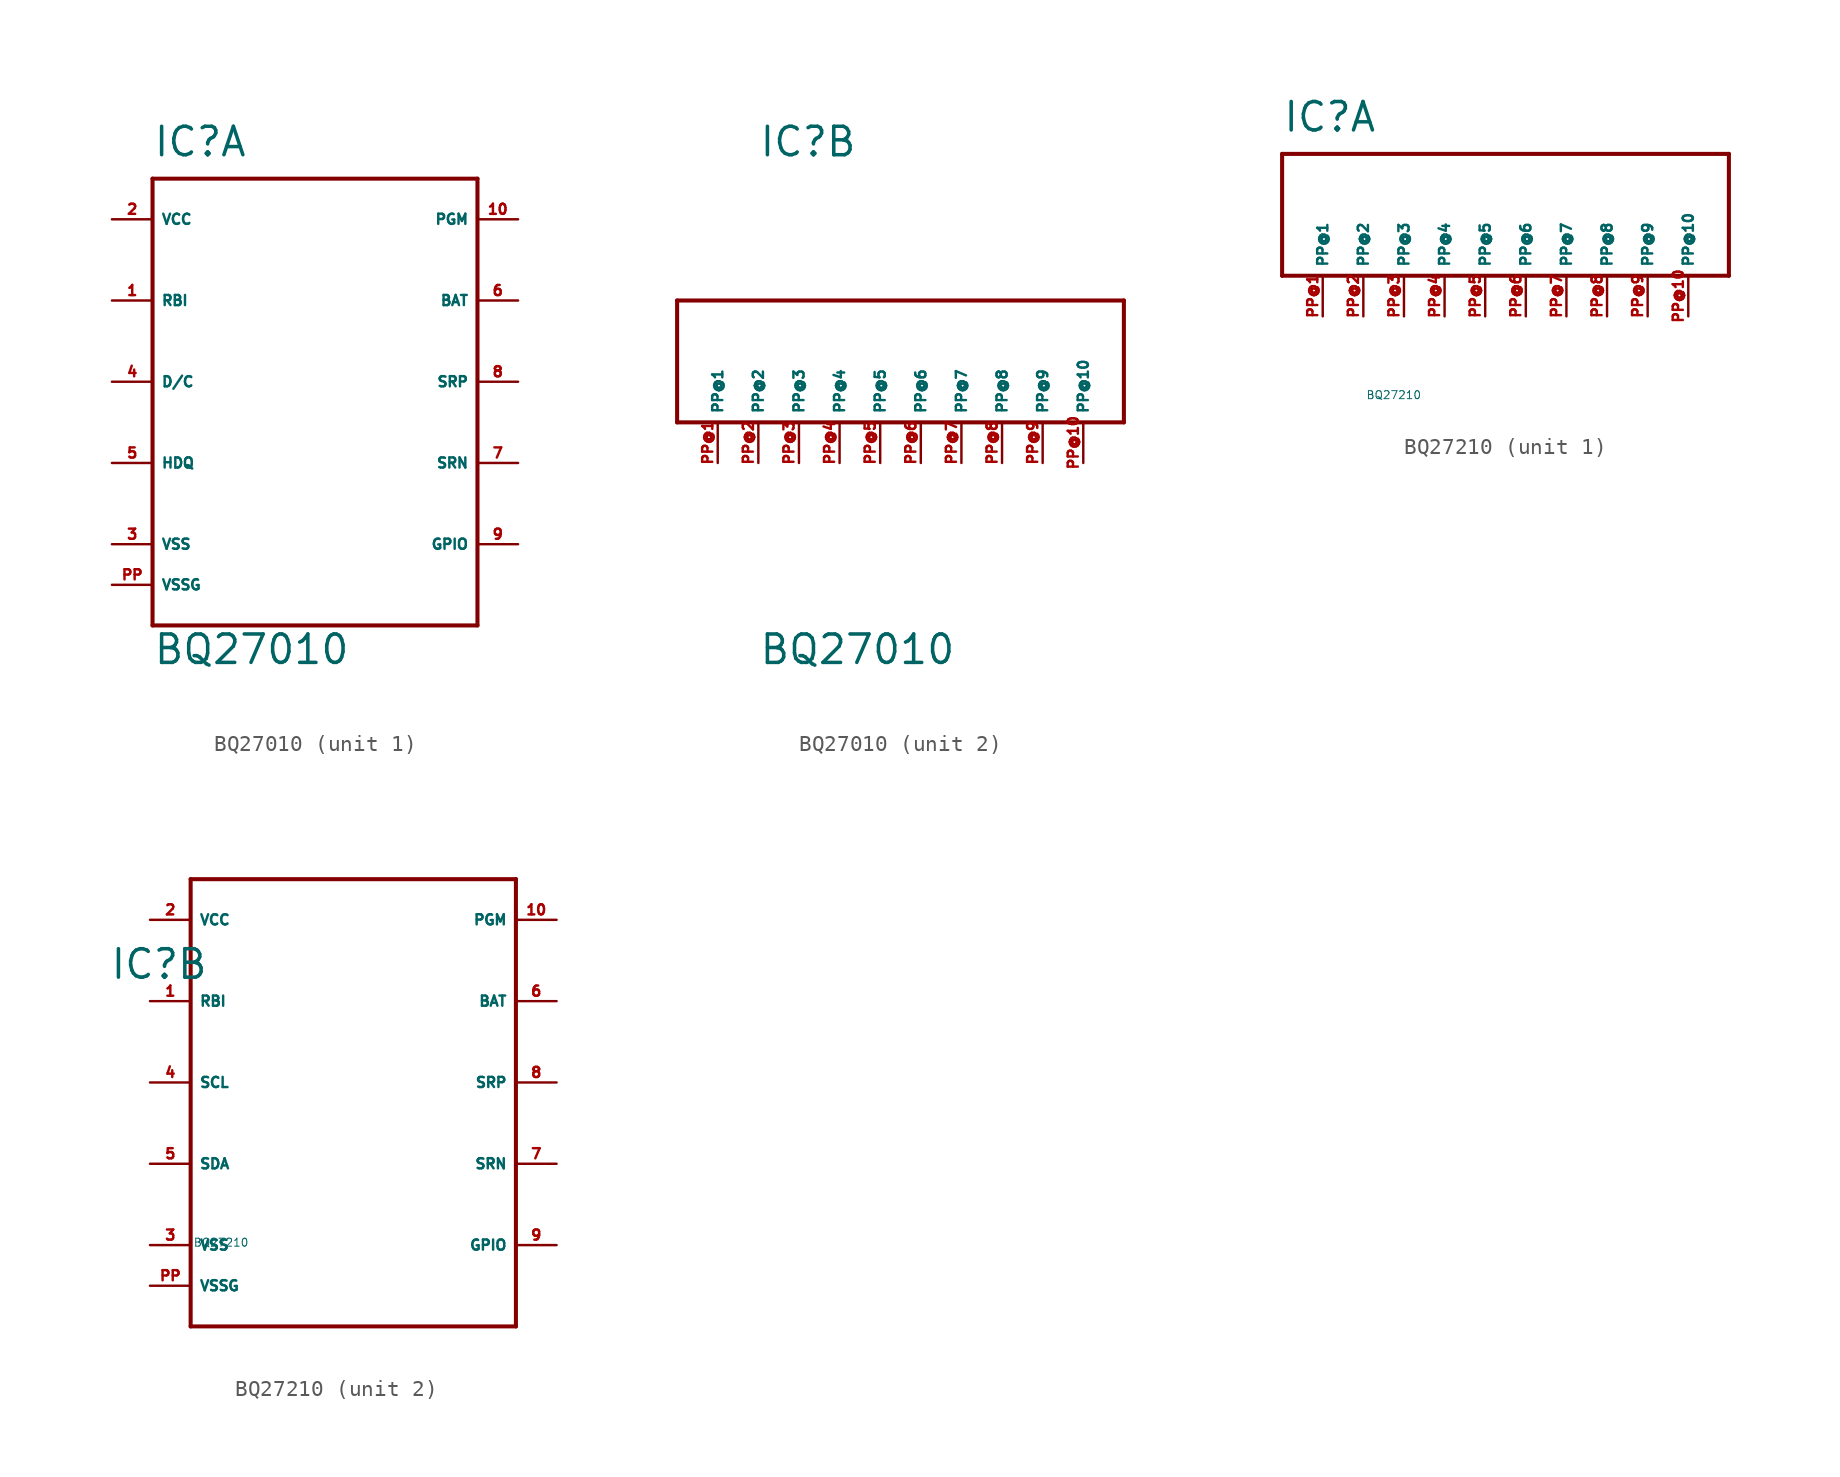
<source format=kicad_sym>
(kicad_symbol_lib
  (version 20220914)
  (generator Eagle2Kicad)
  (symbol "BQ27010"
    (property "Reference" "IC"
      (at -10.16 13.97 0)
      (effects (font (size 1.778 1.778) (thickness 0.22)) (justify left bottom)))
    (property "Value" "BQ27010"
      (at -10.16 -17.78 0)
      (effects (font (size 1.778 1.778) (thickness 0.22)) (justify left bottom)))
    (symbol "BQ27010_1_0"
      (polyline (pts (xy -10.16 12.7) (xy 10.16 12.7)) (stroke (width 0.254) (type default)) (fill (type none)))
      (polyline (pts (xy 10.16 12.7) (xy 10.16 -15.24)) (stroke (width 0.254) (type default)) (fill (type none)))
      (polyline (pts (xy 10.16 -15.24) (xy -10.16 -15.24)) (stroke (width 0.254) (type default)) (fill (type none)))
      (polyline (pts (xy -10.16 -15.24) (xy -10.16 12.7)) (stroke (width 0.254) (type default)) (fill (type none)))
      (pin input line (at -12.7 5.08 0) (length 2.54) (name "RBI" (effects (font (size 0.635 0.635) (thickness 0.08)) (justify left bottom))) (number "1" (effects (font (size 0.635 0.635) (thickness 0.08)) (justify left bottom))))
      (pin unspecified line (at -12.7 10.16 0) (length 2.54) (name "VCC" (effects (font (size 0.635 0.635) (thickness 0.08)) (justify left bottom))) (number "2" (effects (font (size 0.635 0.635) (thickness 0.08)) (justify left bottom))))
      (pin unspecified line (at -12.7 -10.16 0) (length 2.54) (name "VSS" (effects (font (size 0.635 0.635) (thickness 0.08)) (justify left bottom))) (number "3" (effects (font (size 0.635 0.635) (thickness 0.08)) (justify left bottom))))
      (pin input line (at -12.7 0 0) (length 2.54) (name "D/C" (effects (font (size 0.635 0.635) (thickness 0.08)) (justify left bottom))) (number "4" (effects (font (size 0.635 0.635) (thickness 0.08)) (justify left bottom))))
      (pin bidirectional line (at -12.7 -5.08 0) (length 2.54) (name "HDQ" (effects (font (size 0.635 0.635) (thickness 0.08)) (justify left bottom))) (number "5" (effects (font (size 0.635 0.635) (thickness 0.08)) (justify left bottom))))
      (pin input line (at 12.7 5.08 180) (length 2.54) (name "BAT" (effects (font (size 0.635 0.635) (thickness 0.08)) (justify left bottom))) (number "6" (effects (font (size 0.635 0.635) (thickness 0.08)) (justify left bottom))))
      (pin input line (at 12.7 -5.08 180) (length 2.54) (name "SRN" (effects (font (size 0.635 0.635) (thickness 0.08)) (justify left bottom))) (number "7" (effects (font (size 0.635 0.635) (thickness 0.08)) (justify left bottom))))
      (pin input line (at 12.7 0 180) (length 2.54) (name "SRP" (effects (font (size 0.635 0.635) (thickness 0.08)) (justify left bottom))) (number "8" (effects (font (size 0.635 0.635) (thickness 0.08)) (justify left bottom))))
      (pin bidirectional line (at 12.7 -10.16 180) (length 2.54) (name "GPIO" (effects (font (size 0.635 0.635) (thickness 0.08)) (justify left bottom))) (number "9" (effects (font (size 0.635 0.635) (thickness 0.08)) (justify left bottom))))
      (pin input line (at 12.7 10.16 180) (length 2.54) (name "PGM" (effects (font (size 0.635 0.635) (thickness 0.08)) (justify left bottom))) (number "10" (effects (font (size 0.635 0.635) (thickness 0.08)) (justify left bottom))))
      (pin unspecified line (at -12.7 -12.7 0) (length 2.54) (name "VSSG" (effects (font (size 0.635 0.635) (thickness 0.08)) (justify left bottom))) (number "PP" (effects (font (size 0.635 0.635) (thickness 0.08)) (justify left bottom)))))
    (symbol "BQ27010_2_0"
      (polyline (pts (xy -15.24 -2.54) (xy 12.7 -2.54)) (stroke (width 0.254) (type default)) (fill (type none)))
      (polyline (pts (xy 12.7 -2.54) (xy 12.7 5.08)) (stroke (width 0.254) (type default)) (fill (type none)))
      (polyline (pts (xy 12.7 5.08) (xy -15.24 5.08)) (stroke (width 0.254) (type default)) (fill (type none)))
      (polyline (pts (xy -15.24 5.08) (xy -15.24 -2.54)) (stroke (width 0.254) (type default)) (fill (type none)))
      (pin unspecified line (at -12.7 -5.08 90) (length 2.54) (name "PP@1" (effects (font (size 0.635 0.635) (thickness 0.08)) (justify left bottom))) (number "PP@1" (effects (font (size 0.635 0.635) (thickness 0.08)) (justify left bottom))))
      (pin unspecified line (at -10.16 -5.08 90) (length 2.54) (name "PP@2" (effects (font (size 0.635 0.635) (thickness 0.08)) (justify left bottom))) (number "PP@2" (effects (font (size 0.635 0.635) (thickness 0.08)) (justify left bottom))))
      (pin unspecified line (at -7.62 -5.08 90) (length 2.54) (name "PP@3" (effects (font (size 0.635 0.635) (thickness 0.08)) (justify left bottom))) (number "PP@3" (effects (font (size 0.635 0.635) (thickness 0.08)) (justify left bottom))))
      (pin unspecified line (at -5.08 -5.08 90) (length 2.54) (name "PP@4" (effects (font (size 0.635 0.635) (thickness 0.08)) (justify left bottom))) (number "PP@4" (effects (font (size 0.635 0.635) (thickness 0.08)) (justify left bottom))))
      (pin unspecified line (at -2.54 -5.08 90) (length 2.54) (name "PP@5" (effects (font (size 0.635 0.635) (thickness 0.08)) (justify left bottom))) (number "PP@5" (effects (font (size 0.635 0.635) (thickness 0.08)) (justify left bottom))))
      (pin unspecified line (at 0 -5.08 90) (length 2.54) (name "PP@6" (effects (font (size 0.635 0.635) (thickness 0.08)) (justify left bottom))) (number "PP@6" (effects (font (size 0.635 0.635) (thickness 0.08)) (justify left bottom))))
      (pin unspecified line (at 2.54 -5.08 90) (length 2.54) (name "PP@7" (effects (font (size 0.635 0.635) (thickness 0.08)) (justify left bottom))) (number "PP@7" (effects (font (size 0.635 0.635) (thickness 0.08)) (justify left bottom))))
      (pin unspecified line (at 5.08 -5.08 90) (length 2.54) (name "PP@8" (effects (font (size 0.635 0.635) (thickness 0.08)) (justify left bottom))) (number "PP@8" (effects (font (size 0.635 0.635) (thickness 0.08)) (justify left bottom))))
      (pin unspecified line (at 7.62 -5.08 90) (length 2.54) (name "PP@9" (effects (font (size 0.635 0.635) (thickness 0.08)) (justify left bottom))) (number "PP@9" (effects (font (size 0.635 0.635) (thickness 0.08)) (justify left bottom))))
      (pin unspecified line (at 10.16 -5.08 90) (length 2.54) (name "PP@10" (effects (font (size 0.635 0.635) (thickness 0.08)) (justify left bottom))) (number "PP@10" (effects (font (size 0.635 0.635) (thickness 0.08)) (justify left bottom))))))
  (symbol "BQ27210"
    (property "Reference" "IC"
      (at -15.24 6.35 0)
      (effects (font (size 1.778 1.778) (thickness 0.22)) (justify left bottom)))
    (property "Value" "BQ27210"
      (at -10 -10 0)
      (effects (font (size 0.5 0.5) (thickness 0.06)) (justify left)))
    (symbol "BQ27210_1_0"
      (polyline (pts (xy -15.24 -2.54) (xy 12.7 -2.54)) (stroke (width 0.254) (type default)) (fill (type none)))
      (polyline (pts (xy 12.7 -2.54) (xy 12.7 5.08)) (stroke (width 0.254) (type default)) (fill (type none)))
      (polyline (pts (xy 12.7 5.08) (xy -15.24 5.08)) (stroke (width 0.254) (type default)) (fill (type none)))
      (polyline (pts (xy -15.24 5.08) (xy -15.24 -2.54)) (stroke (width 0.254) (type default)) (fill (type none)))
      (pin unspecified line (at -12.7 -5.08 90) (length 2.54) (name "PP@1" (effects (font (size 0.635 0.635) (thickness 0.08)) (justify left bottom))) (number "PP@1" (effects (font (size 0.635 0.635) (thickness 0.08)) (justify left bottom))))
      (pin unspecified line (at -10.16 -5.08 90) (length 2.54) (name "PP@2" (effects (font (size 0.635 0.635) (thickness 0.08)) (justify left bottom))) (number "PP@2" (effects (font (size 0.635 0.635) (thickness 0.08)) (justify left bottom))))
      (pin unspecified line (at -7.62 -5.08 90) (length 2.54) (name "PP@3" (effects (font (size 0.635 0.635) (thickness 0.08)) (justify left bottom))) (number "PP@3" (effects (font (size 0.635 0.635) (thickness 0.08)) (justify left bottom))))
      (pin unspecified line (at -5.08 -5.08 90) (length 2.54) (name "PP@4" (effects (font (size 0.635 0.635) (thickness 0.08)) (justify left bottom))) (number "PP@4" (effects (font (size 0.635 0.635) (thickness 0.08)) (justify left bottom))))
      (pin unspecified line (at -2.54 -5.08 90) (length 2.54) (name "PP@5" (effects (font (size 0.635 0.635) (thickness 0.08)) (justify left bottom))) (number "PP@5" (effects (font (size 0.635 0.635) (thickness 0.08)) (justify left bottom))))
      (pin unspecified line (at 0 -5.08 90) (length 2.54) (name "PP@6" (effects (font (size 0.635 0.635) (thickness 0.08)) (justify left bottom))) (number "PP@6" (effects (font (size 0.635 0.635) (thickness 0.08)) (justify left bottom))))
      (pin unspecified line (at 2.54 -5.08 90) (length 2.54) (name "PP@7" (effects (font (size 0.635 0.635) (thickness 0.08)) (justify left bottom))) (number "PP@7" (effects (font (size 0.635 0.635) (thickness 0.08)) (justify left bottom))))
      (pin unspecified line (at 5.08 -5.08 90) (length 2.54) (name "PP@8" (effects (font (size 0.635 0.635) (thickness 0.08)) (justify left bottom))) (number "PP@8" (effects (font (size 0.635 0.635) (thickness 0.08)) (justify left bottom))))
      (pin unspecified line (at 7.62 -5.08 90) (length 2.54) (name "PP@9" (effects (font (size 0.635 0.635) (thickness 0.08)) (justify left bottom))) (number "PP@9" (effects (font (size 0.635 0.635) (thickness 0.08)) (justify left bottom))))
      (pin unspecified line (at 10.16 -5.08 90) (length 2.54) (name "PP@10" (effects (font (size 0.635 0.635) (thickness 0.08)) (justify left bottom))) (number "PP@10" (effects (font (size 0.635 0.635) (thickness 0.08)) (justify left bottom)))))
    (symbol "BQ27210_2_0"
      (polyline (pts (xy -10.16 12.7) (xy 10.16 12.7)) (stroke (width 0.254) (type default)) (fill (type none)))
      (polyline (pts (xy 10.16 12.7) (xy 10.16 -15.24)) (stroke (width 0.254) (type default)) (fill (type none)))
      (polyline (pts (xy 10.16 -15.24) (xy -10.16 -15.24)) (stroke (width 0.254) (type default)) (fill (type none)))
      (polyline (pts (xy -10.16 -15.24) (xy -10.16 12.7)) (stroke (width 0.254) (type default)) (fill (type none)))
      (pin input line (at -12.7 5.08 0) (length 2.54) (name "RBI" (effects (font (size 0.635 0.635) (thickness 0.08)) (justify left bottom))) (number "1" (effects (font (size 0.635 0.635) (thickness 0.08)) (justify left bottom))))
      (pin input line (at -12.7 10.16 0) (length 2.54) (name "VCC" (effects (font (size 0.635 0.635) (thickness 0.08)) (justify left bottom))) (number "2" (effects (font (size 0.635 0.635) (thickness 0.08)) (justify left bottom))))
      (pin input line (at -12.7 -10.16 0) (length 2.54) (name "VSS" (effects (font (size 0.635 0.635) (thickness 0.08)) (justify left bottom))) (number "3" (effects (font (size 0.635 0.635) (thickness 0.08)) (justify left bottom))))
      (pin input line (at -12.7 0 0) (length 2.54) (name "SCL" (effects (font (size 0.635 0.635) (thickness 0.08)) (justify left bottom))) (number "4" (effects (font (size 0.635 0.635) (thickness 0.08)) (justify left bottom))))
      (pin bidirectional line (at -12.7 -5.08 0) (length 2.54) (name "SDA" (effects (font (size 0.635 0.635) (thickness 0.08)) (justify left bottom))) (number "5" (effects (font (size 0.635 0.635) (thickness 0.08)) (justify left bottom))))
      (pin input line (at 12.7 5.08 180) (length 2.54) (name "BAT" (effects (font (size 0.635 0.635) (thickness 0.08)) (justify left bottom))) (number "6" (effects (font (size 0.635 0.635) (thickness 0.08)) (justify left bottom))))
      (pin input line (at 12.7 -5.08 180) (length 2.54) (name "SRN" (effects (font (size 0.635 0.635) (thickness 0.08)) (justify left bottom))) (number "7" (effects (font (size 0.635 0.635) (thickness 0.08)) (justify left bottom))))
      (pin input line (at 12.7 0 180) (length 2.54) (name "SRP" (effects (font (size 0.635 0.635) (thickness 0.08)) (justify left bottom))) (number "8" (effects (font (size 0.635 0.635) (thickness 0.08)) (justify left bottom))))
      (pin bidirectional line (at 12.7 -10.16 180) (length 2.54) (name "GPIO" (effects (font (size 0.635 0.635) (thickness 0.08)) (justify left bottom))) (number "9" (effects (font (size 0.635 0.635) (thickness 0.08)) (justify left bottom))))
      (pin input line (at 12.7 10.16 180) (length 2.54) (name "PGM" (effects (font (size 0.635 0.635) (thickness 0.08)) (justify left bottom))) (number "10" (effects (font (size 0.635 0.635) (thickness 0.08)) (justify left bottom))))
      (pin input line (at -12.7 -12.7 0) (length 2.54) (name "VSSG" (effects (font (size 0.635 0.635) (thickness 0.08)) (justify left bottom))) (number "PP" (effects (font (size 0.635 0.635) (thickness 0.08)) (justify left bottom)))))))
</source>
